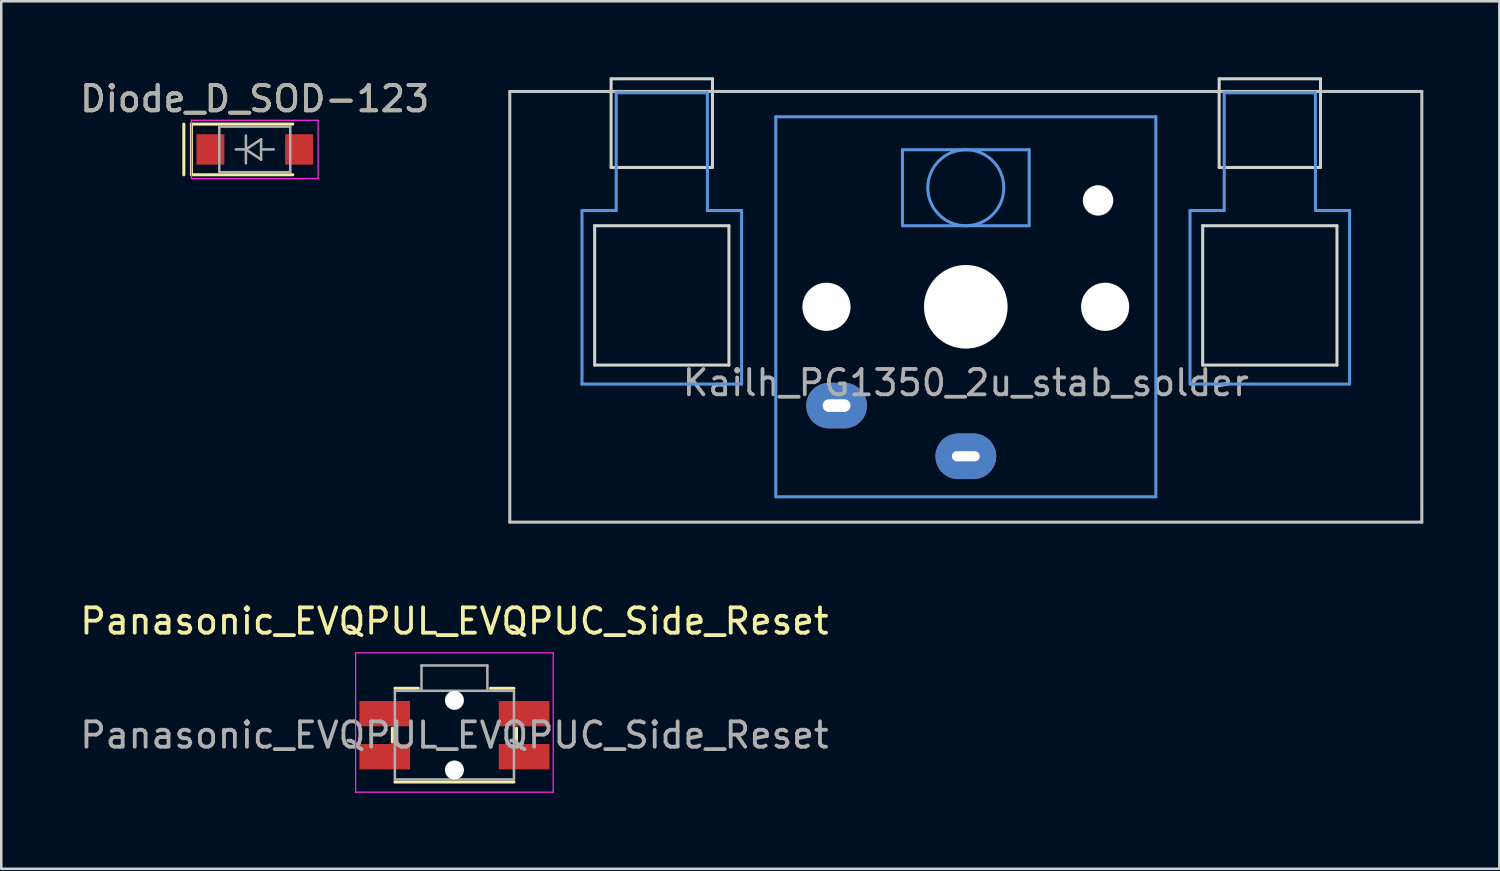
<source format=kicad_pcb>
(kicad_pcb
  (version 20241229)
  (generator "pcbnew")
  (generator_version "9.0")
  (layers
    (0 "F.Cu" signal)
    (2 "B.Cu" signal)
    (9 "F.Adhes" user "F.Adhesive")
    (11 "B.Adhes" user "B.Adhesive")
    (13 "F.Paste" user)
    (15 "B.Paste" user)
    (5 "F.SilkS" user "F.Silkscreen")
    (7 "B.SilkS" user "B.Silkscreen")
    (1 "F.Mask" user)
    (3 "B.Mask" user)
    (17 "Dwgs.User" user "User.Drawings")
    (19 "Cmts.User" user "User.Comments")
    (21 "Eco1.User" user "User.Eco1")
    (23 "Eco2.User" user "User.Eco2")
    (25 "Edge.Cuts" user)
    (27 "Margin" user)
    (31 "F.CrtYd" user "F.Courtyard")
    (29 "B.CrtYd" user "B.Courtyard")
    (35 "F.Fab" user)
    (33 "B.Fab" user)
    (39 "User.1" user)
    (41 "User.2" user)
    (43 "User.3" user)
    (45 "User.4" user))
  (footprint "Panasonic_EVQPUL_EVQPUC_Side_Reset"
    (layer "F.Cu")
    (at 14.887 25.968)
    (property "Reference" "Panasonic_EVQPUL_EVQPUC_Side_Reset" (at 0 -4.5 180) (layer "F.SilkS") (effects (font (size 1 1) (thickness 0.15))))
    (attr smd)
    (fp_line (start -2.45 0.275) (end -2.45 -0.275) (stroke (width 0.12) (type solid)) (layer "F.SilkS"))
    (fp_line (start -1.425 -1.85) (end -2.35 -1.85) (stroke (width 0.12) (type solid)) (layer "F.SilkS"))
    (fp_line (start 2.35 -1.85) (end 1.425 -1.85) (stroke (width 0.12) (type solid)) (layer "F.SilkS"))
    (fp_line (start 2.35 1.85) (end -2.35 1.85) (stroke (width 0.12) (type solid)) (layer "F.SilkS"))
    (fp_line (start 2.45 0.275) (end 2.45 -0.275) (stroke (width 0.12) (type solid)) (layer "F.SilkS"))
    (fp_line (start -3.9 2.25) (end -3.9 -3.25) (stroke (width 0.05) (type solid)) (layer "F.CrtYd"))
    (fp_line (start 3.9 -3.25) (end -3.9 -3.25) (stroke (width 0.05) (type solid)) (layer "F.CrtYd"))
    (fp_line (start 3.9 2.25) (end -3.9 2.25) (stroke (width 0.05) (type solid)) (layer "F.CrtYd"))
    (fp_line (start 3.9 2.25) (end 3.9 -3.25) (stroke (width 0.05) (type solid)) (layer "F.CrtYd"))
    (fp_line (start -2.35 1.75) (end -2.35 -1.75) (stroke (width 0.1) (type solid)) (layer "F.Fab"))
    (fp_line (start -1.3 -2.75) (end -1.3 -1.75) (stroke (width 0.1) (type solid)) (layer "F.Fab"))
    (fp_line (start 1.3 -2.75) (end -1.3 -2.75) (stroke (width 0.1) (type solid)) (layer "F.Fab"))
    (fp_line (start 1.3 -2.75) (end 1.3 -1.75) (stroke (width 0.1) (type solid)) (layer "F.Fab"))
    (fp_line (start 2.35 -1.75) (end -2.35 -1.75) (stroke (width 0.1) (type solid)) (layer "F.Fab"))
    (fp_line (start 2.35 1.75) (end -2.35 1.75) (stroke (width 0.1) (type solid)) (layer "F.Fab"))
    (fp_line (start 2.35 1.75) (end 2.35 -1.75) (stroke (width 0.1) (type solid)) (layer "F.Fab"))
    (fp_text user "${REFERENCE}" (at 0 0 180) (layer "F.Fab") (effects (font (size 1 1) (thickness 0.15))))
    (pad "" np_thru_hole circle (at 0 -1.375 180) (size 0.75 0.75) (drill 0.75) (layers "*.Cu" "*.Mask"))
    (pad "" np_thru_hole circle (at 0 1.375 180) (size 0.75 0.75) (drill 0.75) (layers "*.Cu" "*.Mask"))
    (pad "1" smd rect (at -2.75 -0.85 180) (size 2 1) (layers "F.Cu" "F.Mask" "F.Paste"))
    (pad "1" smd rect (at 2.75 -0.85 180) (size 2 1) (layers "F.Cu" "F.Mask" "F.Paste"))
    (pad "2" smd rect (at -2.75 0.85 180) (size 2 1) (layers "F.Cu" "F.Mask" "F.Paste"))
    (pad "2" smd rect (at 2.75 0.85 180) (size 2 1) (layers "F.Cu" "F.Mask" "F.Paste")))
  (footprint "Diode_D_SOD-123"
    (layer "F.Cu")
    (at 7.006 2.848)
    (property "Reference" "Diode_D_SOD-123" (at 0 -2 0) (layer "F.SilkS") (effects (font (size 1 1) (thickness 0.15))))
    (attr smd)
    (fp_line (start -2.8 -1) (end -2.8 1) (stroke (width 0.12) (type solid)) (layer "F.SilkS"))
    (fp_line (start -2.5 -1) (end -2.5 1) (stroke (width 0.12) (type solid)) (layer "F.SilkS"))
    (fp_line (start -2.5 -1) (end 1.5 -1) (stroke (width 0.12) (type solid)) (layer "F.SilkS"))
    (fp_line (start -2.5 1) (end 1.5 1) (stroke (width 0.12) (type solid)) (layer "F.SilkS"))
    (fp_line (start -2.5 -1.15) (end -2.5 1.15) (stroke (width 0.05) (type solid)) (layer "F.CrtYd"))
    (fp_line (start -2.5 -1.15) (end 2.5 -1.15) (stroke (width 0.05) (type solid)) (layer "F.CrtYd"))
    (fp_line (start 2.5 -1.15) (end 2.5 1.15) (stroke (width 0.05) (type solid)) (layer "F.CrtYd"))
    (fp_line (start 2.5 1.15) (end -2.5 1.15) (stroke (width 0.05) (type solid)) (layer "F.CrtYd"))
    (fp_line (start -1.4 -0.9) (end 1.4 -0.9) (stroke (width 0.1) (type solid)) (layer "F.Fab"))
    (fp_line (start -1.4 0.9) (end -1.4 -0.9) (stroke (width 0.1) (type solid)) (layer "F.Fab"))
    (fp_line (start -0.75 0) (end -0.35 0) (stroke (width 0.1) (type solid)) (layer "F.Fab"))
    (fp_line (start -0.35 0) (end -0.35 -0.55) (stroke (width 0.1) (type solid)) (layer "F.Fab"))
    (fp_line (start -0.35 0) (end -0.35 0.55) (stroke (width 0.1) (type solid)) (layer "F.Fab"))
    (fp_line (start -0.35 0) (end 0.25 -0.4) (stroke (width 0.1) (type solid)) (layer "F.Fab"))
    (fp_line (start 0.25 -0.4) (end 0.25 0.4) (stroke (width 0.1) (type solid)) (layer "F.Fab"))
    (fp_line (start 0.25 0) (end 0.75 0) (stroke (width 0.1) (type solid)) (layer "F.Fab"))
    (fp_line (start 0.25 0.4) (end -0.35 0) (stroke (width 0.1) (type solid)) (layer "F.Fab"))
    (fp_line (start 1.4 -0.9) (end 1.4 0.9) (stroke (width 0.1) (type solid)) (layer "F.Fab"))
    (fp_line (start 1.4 0.9) (end -1.4 0.9) (stroke (width 0.1) (type solid)) (layer "F.Fab"))
    (fp_text user "${REFERENCE}" (at 0 -2 0) (layer "F.Fab") (effects (font (size 1 1) (thickness 0.15))))
    (pad "1" smd rect (at -1.75 0) (size 1.1 1.2) (layers "F.Cu" "F.Mask" "F.Paste"))
    (pad "2" smd rect (at 1.75 0) (size 1.1 1.2) (layers "F.Cu" "F.Mask" "F.Paste")))
  (footprint "Kailh_PG1350_2u_stab_solder"
    (layer "F.Cu")
    (at 35.072 9.06)
    (property "Reference" "Kailh_PG1350_2u_stab_solder" (at 0 3 0) (layer "F.Fab") (effects (font (size 1 1) (thickness 0.15))))
    (attr through_hole)
    (fp_line (start -18 -8.5) (end -18 8.5) (stroke (width 0.12) (type solid)) (layer "Dwgs.User"))
    (fp_line (start -18 -8.5) (end 18 -8.5) (stroke (width 0.12) (type solid)) (layer "Dwgs.User"))
    (fp_line (start -18 8.5) (end 18 8.5) (stroke (width 0.12) (type solid)) (layer "Dwgs.User"))
    (fp_line (start 18 -8.5) (end 18 8.5) (stroke (width 0.12) (type solid)) (layer "Dwgs.User"))
    (fp_line (start -15.15 -3.8) (end -13.8 -3.8) (stroke (width 0.12) (type solid)) (layer "Cmts.User"))
    (fp_line (start -15.15 3.05) (end -15.15 -3.8) (stroke (width 0.12) (type solid)) (layer "Cmts.User"))
    (fp_line (start -15.15 3.05) (end -8.85 3.05) (stroke (width 0.12) (type solid)) (layer "Cmts.User"))
    (fp_line (start -13.8 -8.45) (end -13.8 -3.8) (stroke (width 0.12) (type solid)) (layer "Cmts.User"))
    (fp_line (start -13.8 -8.45) (end -10.2 -8.45) (stroke (width 0.12) (type solid)) (layer "Cmts.User"))
    (fp_line (start -10.2 -8.45) (end -10.2 -3.8) (stroke (width 0.12) (type solid)) (layer "Cmts.User"))
    (fp_line (start -10.2 -3.8) (end -8.85 -3.8) (stroke (width 0.12) (type solid)) (layer "Cmts.User"))
    (fp_line (start -8.85 3.05) (end -8.85 -3.8) (stroke (width 0.12) (type solid)) (layer "Cmts.User"))
    (fp_line (start -7.5 -7.5) (end -7.5 7.5) (stroke (width 0.12) (type solid)) (layer "Cmts.User"))
    (fp_line (start -7.5 -7.5) (end 7.5 -7.5) (stroke (width 0.12) (type solid)) (layer "Cmts.User"))
    (fp_line (start -2.5 -6.2) (end 2.5 -6.2) (stroke (width 0.12) (type solid)) (layer "Cmts.User"))
    (fp_line (start -2.5 -3.2) (end -2.5 -6.2) (stroke (width 0.12) (type solid)) (layer "Cmts.User"))
    (fp_line (start -2.5 -3.2) (end 2.5 -3.2) (stroke (width 0.12) (type solid)) (layer "Cmts.User"))
    (fp_line (start 2.5 -3.2) (end 2.5 -6.2) (stroke (width 0.12) (type solid)) (layer "Cmts.User"))
    (fp_line (start 7.5 7.5) (end -7.5 7.5) (stroke (width 0.12) (type solid)) (layer "Cmts.User"))
    (fp_line (start 7.5 7.5) (end 7.5 -7.5) (stroke (width 0.12) (type solid)) (layer "Cmts.User"))
    (fp_line (start 8.85 -3.8) (end 10.2 -3.8) (stroke (width 0.12) (type solid)) (layer "Cmts.User"))
    (fp_line (start 8.85 3.05) (end 8.85 -3.8) (stroke (width 0.12) (type solid)) (layer "Cmts.User"))
    (fp_line (start 8.85 3.05) (end 15.15 3.05) (stroke (width 0.12) (type solid)) (layer "Cmts.User"))
    (fp_line (start 10.2 -8.45) (end 10.2 -3.8) (stroke (width 0.12) (type solid)) (layer "Cmts.User"))
    (fp_line (start 10.2 -8.45) (end 13.8 -8.45) (stroke (width 0.12) (type solid)) (layer "Cmts.User"))
    (fp_line (start 13.8 -8.45) (end 13.8 -3.8) (stroke (width 0.12) (type solid)) (layer "Cmts.User"))
    (fp_line (start 13.8 -3.8) (end 15.15 -3.8) (stroke (width 0.12) (type solid)) (layer "Cmts.User"))
    (fp_line (start 15.15 3.05) (end 15.15 -3.8) (stroke (width 0.12) (type solid)) (layer "Cmts.User"))
    (fp_circle (center 0 -4.7) (end 0 -6.2) (stroke (width 0.12) (type solid)) (fill no) (layer "Cmts.User"))
    (fp_line (start -14.65 -3.2) (end -14.65 2.3) (stroke (width 0.12) (type solid)) (layer "Edge.Cuts"))
    (fp_line (start -14.65 -3.2) (end -9.35 -3.2) (stroke (width 0.12) (type solid)) (layer "Edge.Cuts"))
    (fp_line (start -14.65 2.3) (end -9.35 2.3) (stroke (width 0.12) (type solid)) (layer "Edge.Cuts"))
    (fp_line (start -14 -9) (end -14 -5.5) (stroke (width 0.12) (type solid)) (layer "Edge.Cuts"))
    (fp_line (start -14 -9) (end -10 -9) (stroke (width 0.12) (type solid)) (layer "Edge.Cuts"))
    (fp_line (start -14 -5.5) (end -10 -5.5) (stroke (width 0.12) (type solid)) (layer "Edge.Cuts"))
    (fp_line (start -10 -5.5) (end -10 -9) (stroke (width 0.12) (type solid)) (layer "Edge.Cuts"))
    (fp_line (start -9.35 2.3) (end -9.35 -3.2) (stroke (width 0.12) (type solid)) (layer "Edge.Cuts"))
    (fp_line (start 9.35 -3.2) (end 9.35 2.3) (stroke (width 0.12) (type solid)) (layer "Edge.Cuts"))
    (fp_line (start 9.35 -3.2) (end 14.65 -3.2) (stroke (width 0.12) (type solid)) (layer "Edge.Cuts"))
    (fp_line (start 9.35 2.3) (end 14.65 2.3) (stroke (width 0.12) (type solid)) (layer "Edge.Cuts"))
    (fp_line (start 10 -9) (end 10 -5.5) (stroke (width 0.12) (type solid)) (layer "Edge.Cuts"))
    (fp_line (start 10 -9) (end 14 -9) (stroke (width 0.12) (type solid)) (layer "Edge.Cuts"))
    (fp_line (start 10 -5.5) (end 14 -5.5) (stroke (width 0.12) (type solid)) (layer "Edge.Cuts"))
    (fp_line (start 14 -5.5) (end 14 -9) (stroke (width 0.12) (type solid)) (layer "Edge.Cuts"))
    (fp_line (start 14.65 2.3) (end 14.65 -3.2) (stroke (width 0.12) (type solid)) (layer "Edge.Cuts"))
    (pad "" np_thru_hole circle (at -5.5 0) (size 1.9 1.9) (drill 1.9) (layers "*.Cu" "*.Mask"))
    (pad "" np_thru_hole circle (at 0 0) (size 3.3 3.3) (drill 3.3) (layers "*.Cu" "*.Mask"))
    (pad "" np_thru_hole circle (at 5.22 -4.2) (size 1.2 1.2) (drill 1.2) (layers "*.Cu" "*.Mask"))
    (pad "" np_thru_hole circle (at 5.5 0) (size 1.9 1.9) (drill 1.9) (layers "*.Cu" "*.Mask"))
    (pad "1" thru_hole oval (at -5.1 3.9) (size 2.4 1.8) (drill oval 1.1 0.5) (layers "*.Cu" "B.Mask"))
    (pad "2" thru_hole oval (at 0 5.9) (size 2.4 1.8) (drill oval 1.1 0.4) (layers "*.Cu" "B.Mask")))
  (gr_rect
    (start -3 -3)
    (end 56.132 31.243)
    (stroke (width 0.1) (type default))
    (fill no)
    (layer "Edge.Cuts")))
</source>
